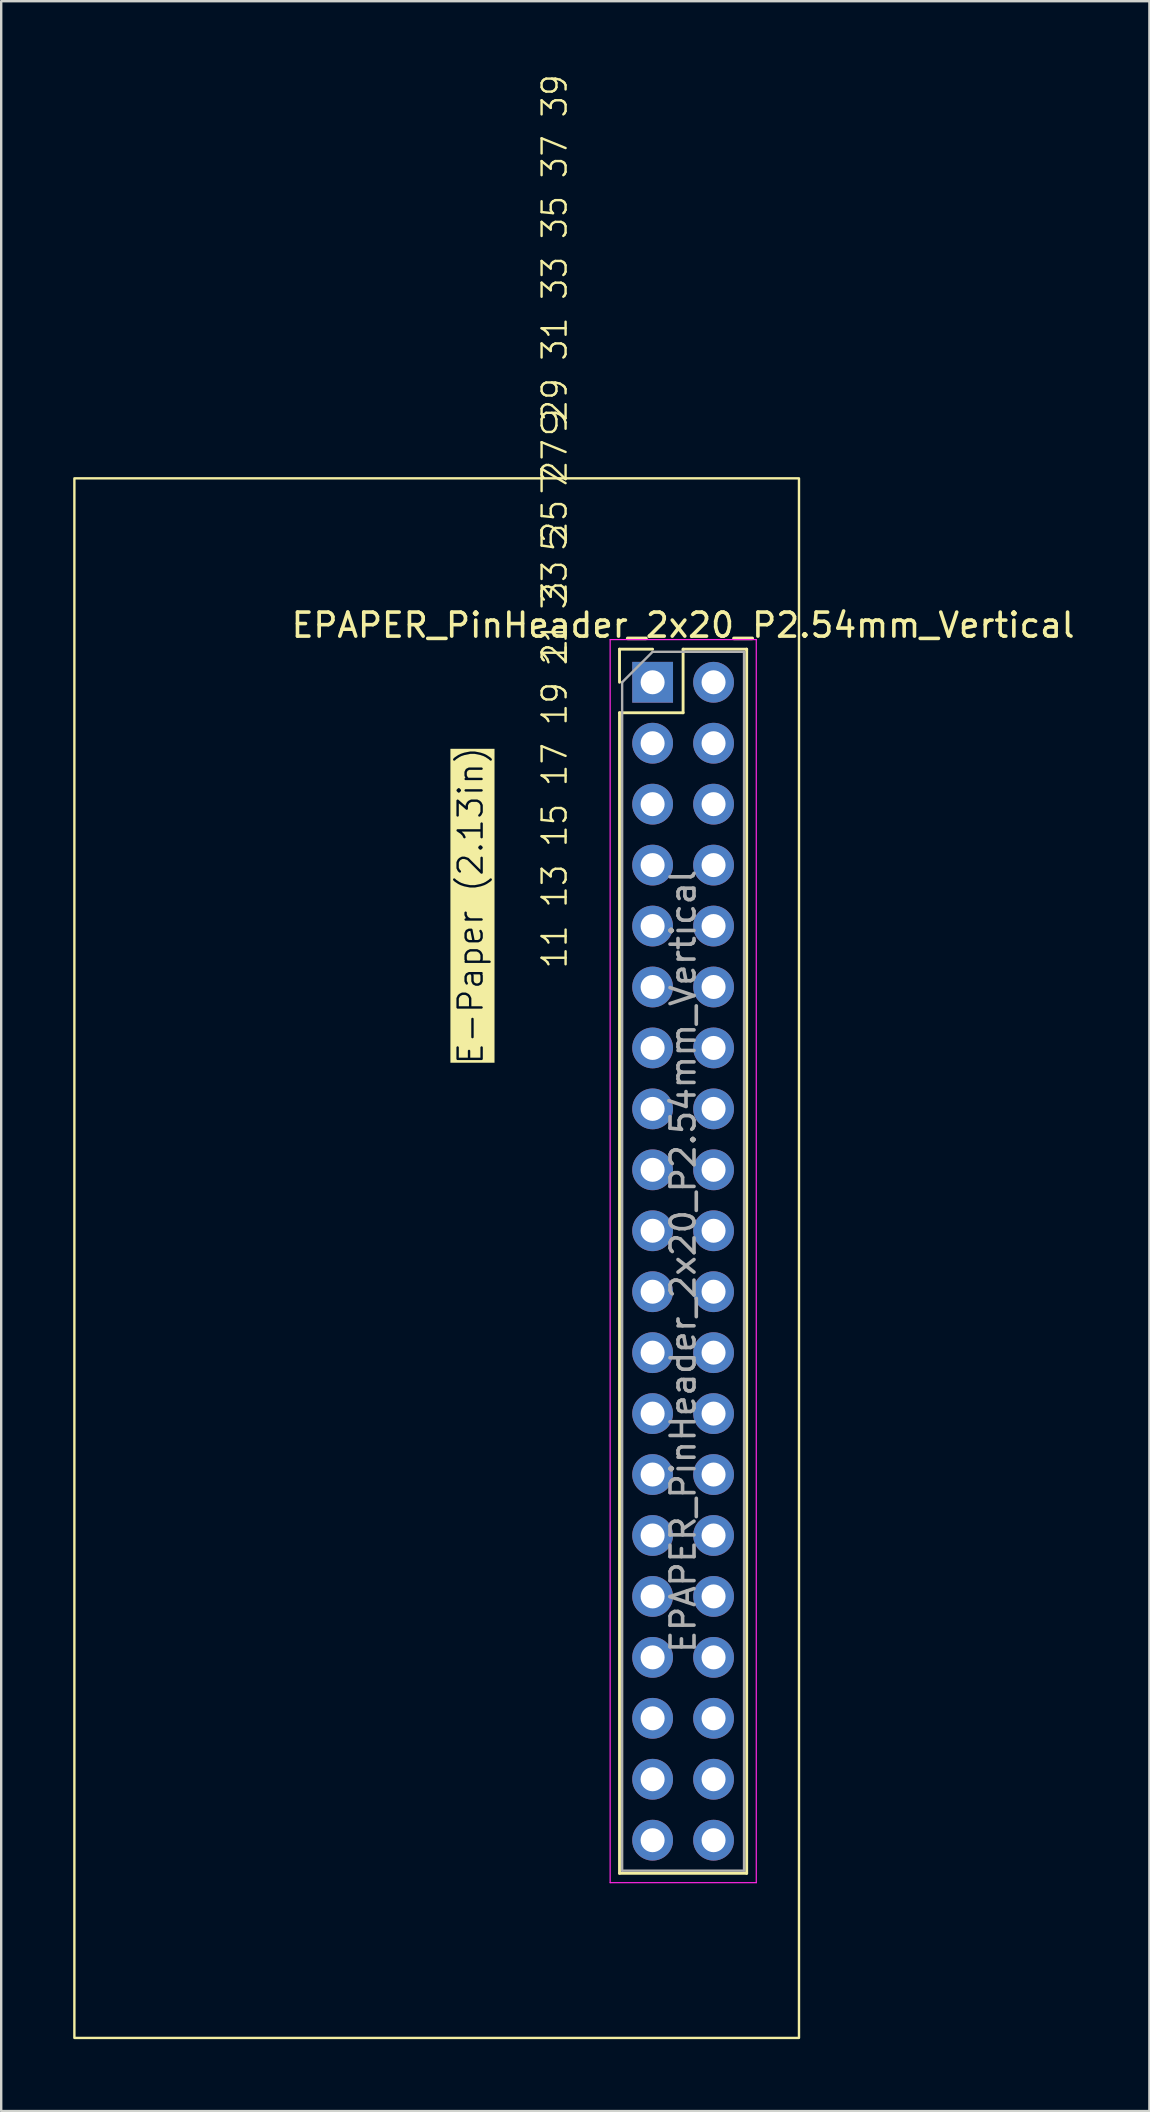
<source format=kicad_pcb>
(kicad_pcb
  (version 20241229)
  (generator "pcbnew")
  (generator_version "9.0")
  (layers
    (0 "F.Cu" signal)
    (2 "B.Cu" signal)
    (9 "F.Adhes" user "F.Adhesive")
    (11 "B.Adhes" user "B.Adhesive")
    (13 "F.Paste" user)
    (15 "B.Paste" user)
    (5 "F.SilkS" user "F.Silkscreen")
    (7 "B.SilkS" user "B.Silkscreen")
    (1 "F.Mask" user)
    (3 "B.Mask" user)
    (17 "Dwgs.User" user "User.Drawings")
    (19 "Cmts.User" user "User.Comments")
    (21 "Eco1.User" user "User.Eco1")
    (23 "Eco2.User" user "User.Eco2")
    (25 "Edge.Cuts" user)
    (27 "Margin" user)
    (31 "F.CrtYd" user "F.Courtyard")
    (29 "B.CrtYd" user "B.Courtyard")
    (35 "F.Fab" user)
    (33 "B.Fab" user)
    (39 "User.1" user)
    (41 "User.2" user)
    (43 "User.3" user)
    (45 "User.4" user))
  (footprint "EPAPER_PinHeader_2x20_P2.54mm_Vertical"
    (layer "F.Cu")
    (at 24.15 25.386)
    (property "Reference" "EPAPER_PinHeader_2x20_P2.54mm_Vertical" (at 1.27 -2.38 0) (layer "F.SilkS") (effects (font (size 1 1) (thickness 0.15))))
    (attr through_hole)
    (fp_line (start -1.38 -1.38) (end 0 -1.38) (stroke (width 0.12) (type solid)) (layer "F.SilkS"))
    (fp_line (start -1.38 0) (end -1.38 -1.38) (stroke (width 0.12) (type solid)) (layer "F.SilkS"))
    (fp_line (start -1.38 1.27) (end -1.38 49.64) (stroke (width 0.12) (type solid)) (layer "F.SilkS"))
    (fp_line (start -1.38 1.27) (end 1.27 1.27) (stroke (width 0.12) (type solid)) (layer "F.SilkS"))
    (fp_line (start -1.38 49.64) (end 3.92 49.64) (stroke (width 0.12) (type solid)) (layer "F.SilkS"))
    (fp_line (start 1.27 -1.38) (end 3.92 -1.38) (stroke (width 0.12) (type solid)) (layer "F.SilkS"))
    (fp_line (start 1.27 1.27) (end 1.27 -1.38) (stroke (width 0.12) (type solid)) (layer "F.SilkS"))
    (fp_line (start 3.92 -1.38) (end 3.92 49.64) (stroke (width 0.12) (type solid)) (layer "F.SilkS"))
    (fp_rect (start -24.1 -8.5) (end 6.1 56.5) (stroke (width 0.1) (type solid)) (fill no) (layer "F.SilkS"))
    (fp_line (start -1.77 -1.78) (end -1.77 50.03) (stroke (width 0.05) (type solid)) (layer "F.CrtYd"))
    (fp_line (start -1.77 50.03) (end 4.32 50.03) (stroke (width 0.05) (type solid)) (layer "F.CrtYd"))
    (fp_line (start 4.32 -1.78) (end -1.77 -1.78) (stroke (width 0.05) (type solid)) (layer "F.CrtYd"))
    (fp_line (start 4.32 50.03) (end 4.32 -1.78) (stroke (width 0.05) (type solid)) (layer "F.CrtYd"))
    (fp_line (start -1.27 0) (end 0 -1.27) (stroke (width 0.1) (type solid)) (layer "F.Fab"))
    (fp_line (start -1.27 49.53) (end -1.27 0) (stroke (width 0.1) (type solid)) (layer "F.Fab"))
    (fp_line (start 0 -1.27) (end 3.81 -1.27) (stroke (width 0.1) (type solid)) (layer "F.Fab"))
    (fp_line (start 3.81 -1.27) (end 3.81 49.53) (stroke (width 0.1) (type solid)) (layer "F.Fab"))
    (fp_line (start 3.81 49.53) (end -1.27 49.53) (stroke (width 0.1) (type solid)) (layer "F.Fab"))
    (fp_text user "1 3 5 7 9 " (at -3.5 -0.5 90) (unlocked yes) (layer "F.SilkS") (effects (font (size 1 1.4) (thickness 0.1)) (justify left bottom)))
    (fp_text user "E-Paper (2.13in)" (at -7 16 90) (unlocked yes) (layer "F.SilkS" knockout) (effects (font (size 1 1) (thickness 0.1)) (justify left bottom)))
    (fp_text user "11 13 15 17 19 21 23 25 27 29 31 33 35 37 39" (at -3.5 12 90) (unlocked yes) (layer "F.SilkS") (effects (font (size 1 0.95) (thickness 0.1)) (justify left bottom)))
    (fp_text user "${REFERENCE}" (at 1.27 24.13 90) (layer "F.Fab") (effects (font (size 1 1) (thickness 0.15))))
    (pad "1" thru_hole rect (at 0 0 180) (size 1.7 1.7) (drill 1) (layers "*.Cu" "*.Mask"))
    (pad "2" thru_hole circle (at 2.54 0 180) (size 1.7 1.7) (drill 1) (layers "*.Cu" "*.Mask"))
    (pad "3" thru_hole circle (at 0 2.54 180) (size 1.7 1.7) (drill 1) (layers "*.Cu" "*.Mask"))
    (pad "4" thru_hole circle (at 2.54 2.54 180) (size 1.7 1.7) (drill 1) (layers "*.Cu" "*.Mask"))
    (pad "5" thru_hole circle (at 0 5.08 180) (size 1.7 1.7) (drill 1) (layers "*.Cu" "*.Mask"))
    (pad "6" thru_hole circle (at 2.54 5.08 180) (size 1.7 1.7) (drill 1) (layers "*.Cu" "*.Mask"))
    (pad "7" thru_hole circle (at 0 7.62 180) (size 1.7 1.7) (drill 1) (layers "*.Cu" "*.Mask"))
    (pad "8" thru_hole circle (at 2.54 7.62 180) (size 1.7 1.7) (drill 1) (layers "*.Cu" "*.Mask"))
    (pad "9" thru_hole circle (at 0 10.16 180) (size 1.7 1.7) (drill 1) (layers "*.Cu" "*.Mask"))
    (pad "10" thru_hole circle (at 2.54 10.16 180) (size 1.7 1.7) (drill 1) (layers "*.Cu" "*.Mask"))
    (pad "11" thru_hole circle (at 0 12.7 180) (size 1.7 1.7) (drill 1) (layers "*.Cu" "*.Mask"))
    (pad "12" thru_hole circle (at 2.54 12.7 180) (size 1.7 1.7) (drill 1) (layers "*.Cu" "*.Mask"))
    (pad "13" thru_hole circle (at 0 15.24 180) (size 1.7 1.7) (drill 1) (layers "*.Cu" "*.Mask"))
    (pad "14" thru_hole circle (at 2.54 15.24 180) (size 1.7 1.7) (drill 1) (layers "*.Cu" "*.Mask"))
    (pad "15" thru_hole circle (at 0 17.78 180) (size 1.7 1.7) (drill 1) (layers "*.Cu" "*.Mask"))
    (pad "16" thru_hole circle (at 2.54 17.78 180) (size 1.7 1.7) (drill 1) (layers "*.Cu" "*.Mask"))
    (pad "17" thru_hole circle (at 0 20.32 180) (size 1.7 1.7) (drill 1) (layers "*.Cu" "*.Mask"))
    (pad "18" thru_hole circle (at 2.54 20.32 180) (size 1.7 1.7) (drill 1) (layers "*.Cu" "*.Mask"))
    (pad "19" thru_hole circle (at 0 22.86 180) (size 1.7 1.7) (drill 1) (layers "*.Cu" "*.Mask"))
    (pad "20" thru_hole circle (at 2.54 22.86 180) (size 1.7 1.7) (drill 1) (layers "*.Cu" "*.Mask"))
    (pad "21" thru_hole circle (at 0 25.4 180) (size 1.7 1.7) (drill 1) (layers "*.Cu" "*.Mask"))
    (pad "22" thru_hole circle (at 2.54 25.4 180) (size 1.7 1.7) (drill 1) (layers "*.Cu" "*.Mask"))
    (pad "23" thru_hole circle (at 0 27.94 180) (size 1.7 1.7) (drill 1) (layers "*.Cu" "*.Mask"))
    (pad "24" thru_hole circle (at 2.54 27.94 180) (size 1.7 1.7) (drill 1) (layers "*.Cu" "*.Mask"))
    (pad "25" thru_hole circle (at 0 30.48 180) (size 1.7 1.7) (drill 1) (layers "*.Cu" "*.Mask"))
    (pad "26" thru_hole circle (at 2.54 30.48 180) (size 1.7 1.7) (drill 1) (layers "*.Cu" "*.Mask"))
    (pad "27" thru_hole circle (at 0 33.02 180) (size 1.7 1.7) (drill 1) (layers "*.Cu" "*.Mask"))
    (pad "28" thru_hole circle (at 2.54 33.02 180) (size 1.7 1.7) (drill 1) (layers "*.Cu" "*.Mask"))
    (pad "29" thru_hole circle (at 0 35.56 180) (size 1.7 1.7) (drill 1) (layers "*.Cu" "*.Mask"))
    (pad "30" thru_hole circle (at 2.54 35.56 180) (size 1.7 1.7) (drill 1) (layers "*.Cu" "*.Mask"))
    (pad "31" thru_hole circle (at 0 38.1 180) (size 1.7 1.7) (drill 1) (layers "*.Cu" "*.Mask"))
    (pad "32" thru_hole circle (at 2.54 38.1 180) (size 1.7 1.7) (drill 1) (layers "*.Cu" "*.Mask"))
    (pad "33" thru_hole circle (at 0 40.64 180) (size 1.7 1.7) (drill 1) (layers "*.Cu" "*.Mask"))
    (pad "34" thru_hole circle (at 2.54 40.64 180) (size 1.7 1.7) (drill 1) (layers "*.Cu" "*.Mask"))
    (pad "35" thru_hole circle (at 0 43.18 180) (size 1.7 1.7) (drill 1) (layers "*.Cu" "*.Mask"))
    (pad "36" thru_hole circle (at 2.54 43.18 180) (size 1.7 1.7) (drill 1) (layers "*.Cu" "*.Mask"))
    (pad "37" thru_hole circle (at 0 45.72 180) (size 1.7 1.7) (drill 1) (layers "*.Cu" "*.Mask"))
    (pad "38" thru_hole circle (at 2.54 45.72 180) (size 1.7 1.7) (drill 1) (layers "*.Cu" "*.Mask"))
    (pad "39" thru_hole circle (at 0 48.26 180) (size 1.7 1.7) (drill 1) (layers "*.Cu" "*.Mask"))
    (pad "40" thru_hole circle (at 2.54 48.26 180) (size 1.7 1.7) (drill 1) (layers "*.Cu" "*.Mask")))
  (gr_rect
    (start -3 -3)
    (end 44.855 84.936)
    (stroke (width 0.1) (type default))
    (fill no)
    (layer "Edge.Cuts")))
</source>
